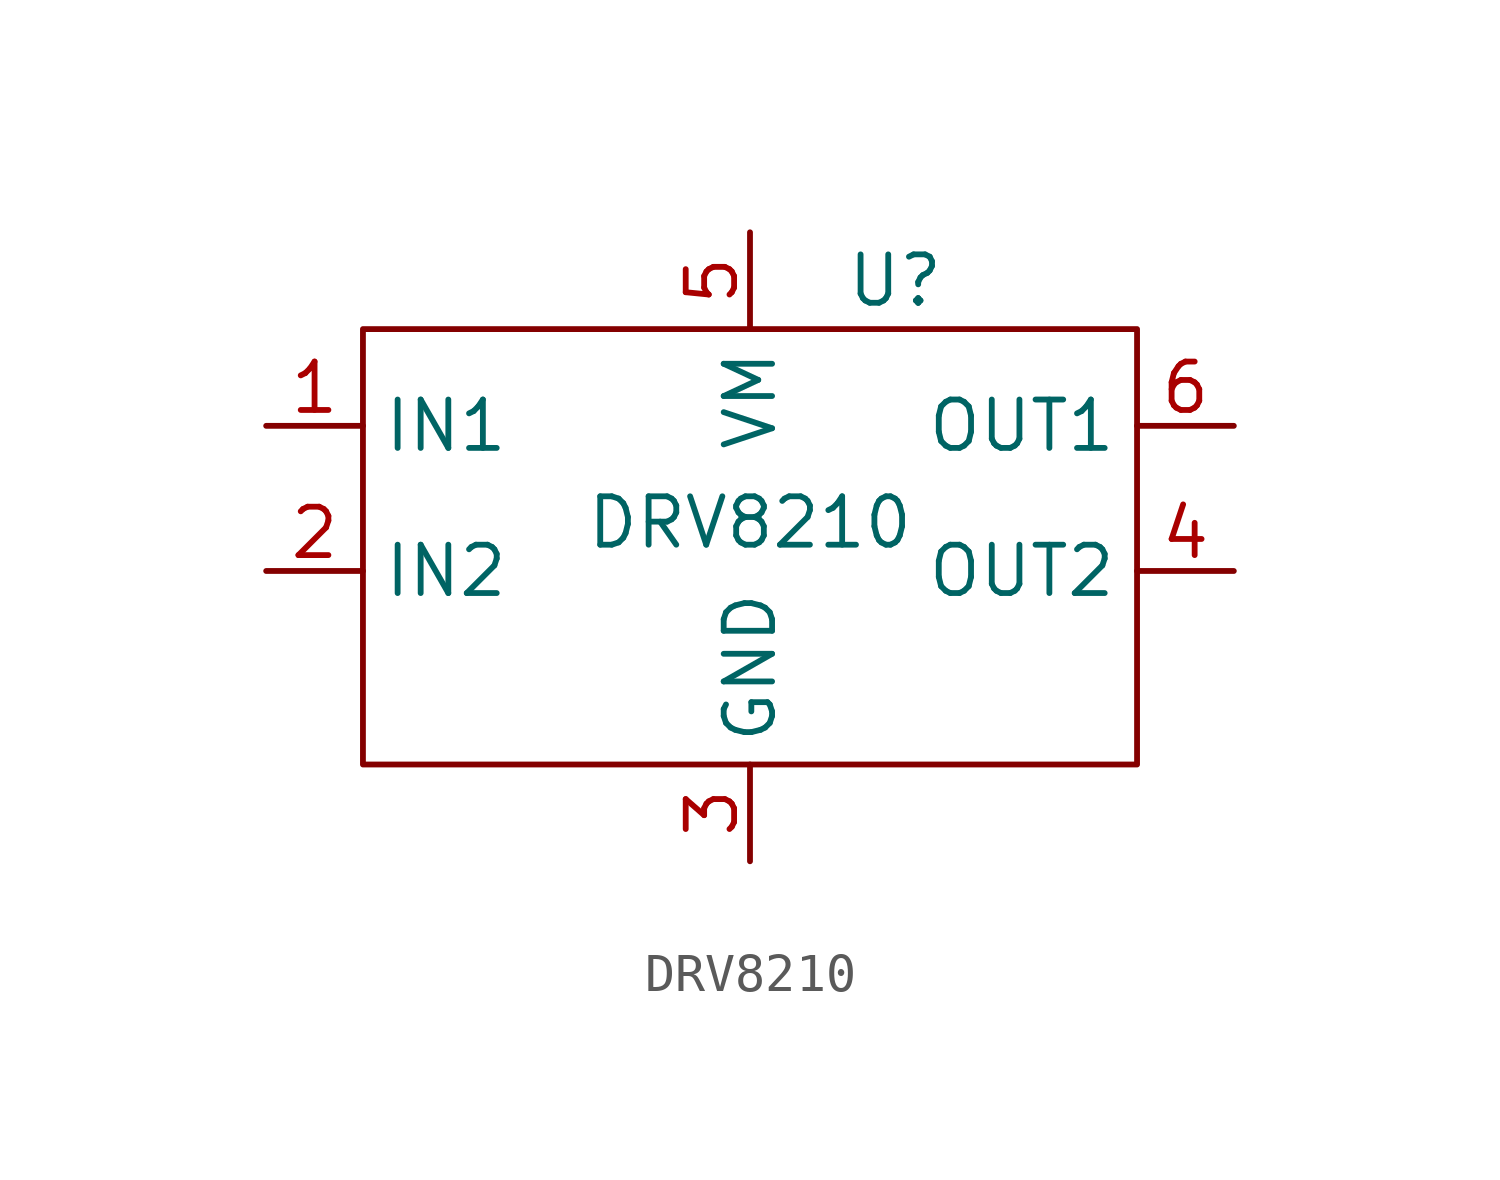
<source format=kicad_sym>
(kicad_symbol_lib
  (version 20211014)
  (generator kicad_symbol_editor)
  (symbol "DRV8210"
    (property "Reference" "U"
      (at 3.81 3.81 0)
      (effects (font (size 1.27 1.27))))
    (property "Value" "DRV8210"
      (at 0 -2.54 0)
      (effects (font (size 1.27 1.27))))
    (symbol "DRV8210_0_1"
      (rectangle (start -10.16 2.54) (end 10.16 -8.89) (stroke (width 0) (type default) (color 0 0 0 0)) (fill (type none))))
    (symbol "DRV8210_1_1"
      (pin input line (at -12.7 0 0) (length 2.54) (name "IN1" (effects (font (size 1.27 1.27)))) (number "1" (effects (font (size 1.27 1.27)))))
      (pin input line (at -12.7 -3.81 0) (length 2.54) (name "IN2" (effects (font (size 1.27 1.27)))) (number "2" (effects (font (size 1.27 1.27)))))
      (pin power_in line (at 0 -11.43 90) (length 2.54) (name "GND" (effects (font (size 1.27 1.27)))) (number "3" (effects (font (size 1.27 1.27)))))
      (pin power_out line (at 12.7 -3.81 180) (length 2.54) (name "OUT2" (effects (font (size 1.27 1.27)))) (number "4" (effects (font (size 1.27 1.27)))))
      (pin power_in line (at 0 5.08 270) (length 2.54) (name "VM" (effects (font (size 1.27 1.27)))) (number "5" (effects (font (size 1.27 1.27)))))
      (pin power_out line (at 12.7 0 180) (length 2.54) (name "OUT1" (effects (font (size 1.27 1.27)))) (number "6" (effects (font (size 1.27 1.27))))))))
</source>
